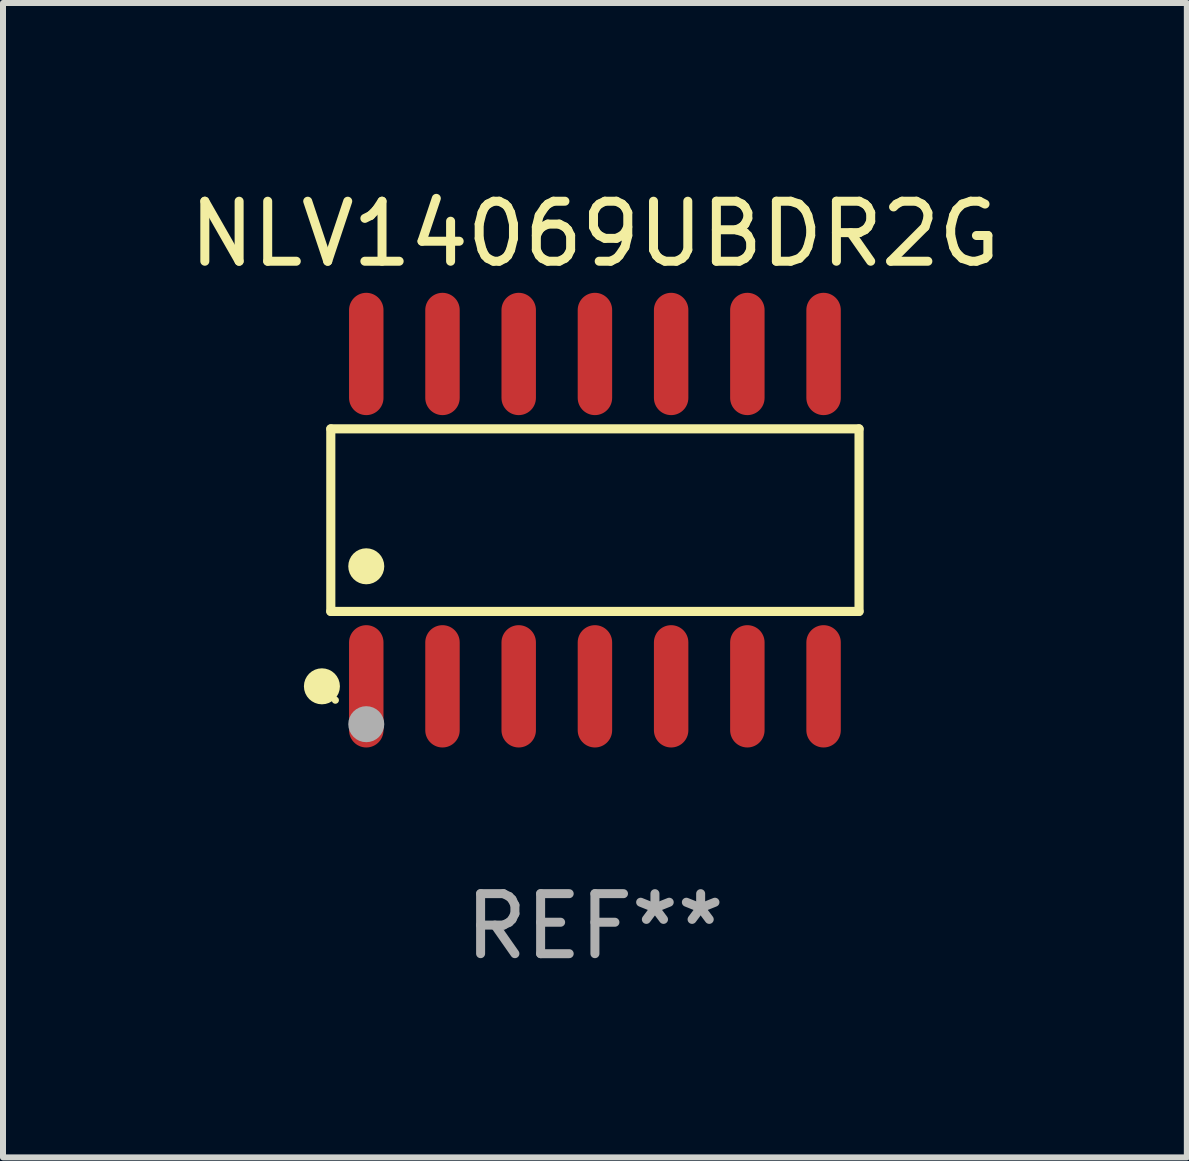
<source format=kicad_pcb>
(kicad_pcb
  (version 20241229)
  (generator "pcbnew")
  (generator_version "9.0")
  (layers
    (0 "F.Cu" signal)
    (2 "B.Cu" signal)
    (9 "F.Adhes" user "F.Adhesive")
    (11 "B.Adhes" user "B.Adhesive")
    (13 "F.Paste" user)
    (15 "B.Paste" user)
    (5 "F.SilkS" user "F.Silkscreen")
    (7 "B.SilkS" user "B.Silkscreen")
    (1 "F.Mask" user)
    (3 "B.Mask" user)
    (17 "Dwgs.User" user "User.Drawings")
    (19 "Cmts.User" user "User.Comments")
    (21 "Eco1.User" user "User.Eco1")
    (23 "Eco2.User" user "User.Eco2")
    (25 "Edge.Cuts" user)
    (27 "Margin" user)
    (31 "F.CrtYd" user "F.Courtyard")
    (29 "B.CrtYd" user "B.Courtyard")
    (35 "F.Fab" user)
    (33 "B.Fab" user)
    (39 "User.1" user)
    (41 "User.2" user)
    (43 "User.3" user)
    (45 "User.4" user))
  (footprint "NLV14069UBDR2G"
    (layer "F.Cu")
    (at 6.863 5.617)
    (property "Reference" "NLV14069UBDR2G" (at 0 -4.769 0) (layer "F.SilkS") (effects (font (size 1 1) (thickness 0.15))))
    (attr through_hole)
    (fp_line (start -4.401 -1.521) (end 4.401 -1.521) (stroke (width 0.152) (type solid)) (layer "F.SilkS"))
    (fp_line (start -4.401 1.521) (end -4.401 -1.521) (stroke (width 0.152) (type solid)) (layer "F.SilkS"))
    (fp_line (start 4.401 -1.521) (end 4.401 1.521) (stroke (width 0.152) (type solid)) (layer "F.SilkS"))
    (fp_line (start 4.401 1.521) (end -4.401 1.521) (stroke (width 0.152) (type solid)) (layer "F.SilkS"))
    (fp_circle (center -4.549 2.769) (end -4.399 2.769) (stroke (width 0.3) (type solid)) (fill no) (layer "F.SilkS"))
    (fp_circle (center -4.325 3) (end -4.295 3) (stroke (width 0.06) (type solid)) (fill no) (layer "F.SilkS"))
    (fp_circle (center -3.81 0.769) (end -3.66 0.769) (stroke (width 0.3) (type solid)) (fill no) (layer "F.SilkS"))
    (fp_circle (center -3.81 3.4) (end -3.66 3.4) (stroke (width 0.3) (type solid)) (fill no) (layer "F.Fab"))
    (fp_text user "REF**" (at 0 6.769 0) (layer "F.Fab") (effects (font (size 1 1) (thickness 0.15))))
    (pad "1" smd oval (at -3.81 2.769) (size 0.574 2.038) (layers "F.Cu" "F.Mask" "F.Paste"))
    (pad "2" smd oval (at -2.54 2.769) (size 0.574 2.038) (layers "F.Cu" "F.Mask" "F.Paste"))
    (pad "3" smd oval (at -1.27 2.769) (size 0.574 2.038) (layers "F.Cu" "F.Mask" "F.Paste"))
    (pad "4" smd oval (at 0 2.769) (size 0.574 2.038) (layers "F.Cu" "F.Mask" "F.Paste"))
    (pad "5" smd oval (at 1.27 2.769) (size 0.574 2.038) (layers "F.Cu" "F.Mask" "F.Paste"))
    (pad "6" smd oval (at 2.54 2.769) (size 0.574 2.038) (layers "F.Cu" "F.Mask" "F.Paste"))
    (pad "7" smd oval (at 3.81 2.769) (size 0.574 2.038) (layers "F.Cu" "F.Mask" "F.Paste"))
    (pad "8" smd oval (at 3.81 -2.769) (size 0.574 2.038) (layers "F.Cu" "F.Mask" "F.Paste"))
    (pad "9" smd oval (at 2.54 -2.769) (size 0.574 2.038) (layers "F.Cu" "F.Mask" "F.Paste"))
    (pad "10" smd oval (at 1.27 -2.769) (size 0.574 2.038) (layers "F.Cu" "F.Mask" "F.Paste"))
    (pad "11" smd oval (at 0 -2.769) (size 0.574 2.038) (layers "F.Cu" "F.Mask" "F.Paste"))
    (pad "12" smd oval (at -1.27 -2.769) (size 0.574 2.038) (layers "F.Cu" "F.Mask" "F.Paste"))
    (pad "13" smd oval (at -2.54 -2.769) (size 0.574 2.038) (layers "F.Cu" "F.Mask" "F.Paste"))
    (pad "14" smd oval (at -3.81 -2.769) (size 0.574 2.038) (layers "F.Cu" "F.Mask" "F.Paste")))
  (gr_rect
    (start -3 -3)
    (end 16.726 16.235)
    (stroke (width 0.1) (type default))
    (fill no)
    (layer "Edge.Cuts")))
</source>
